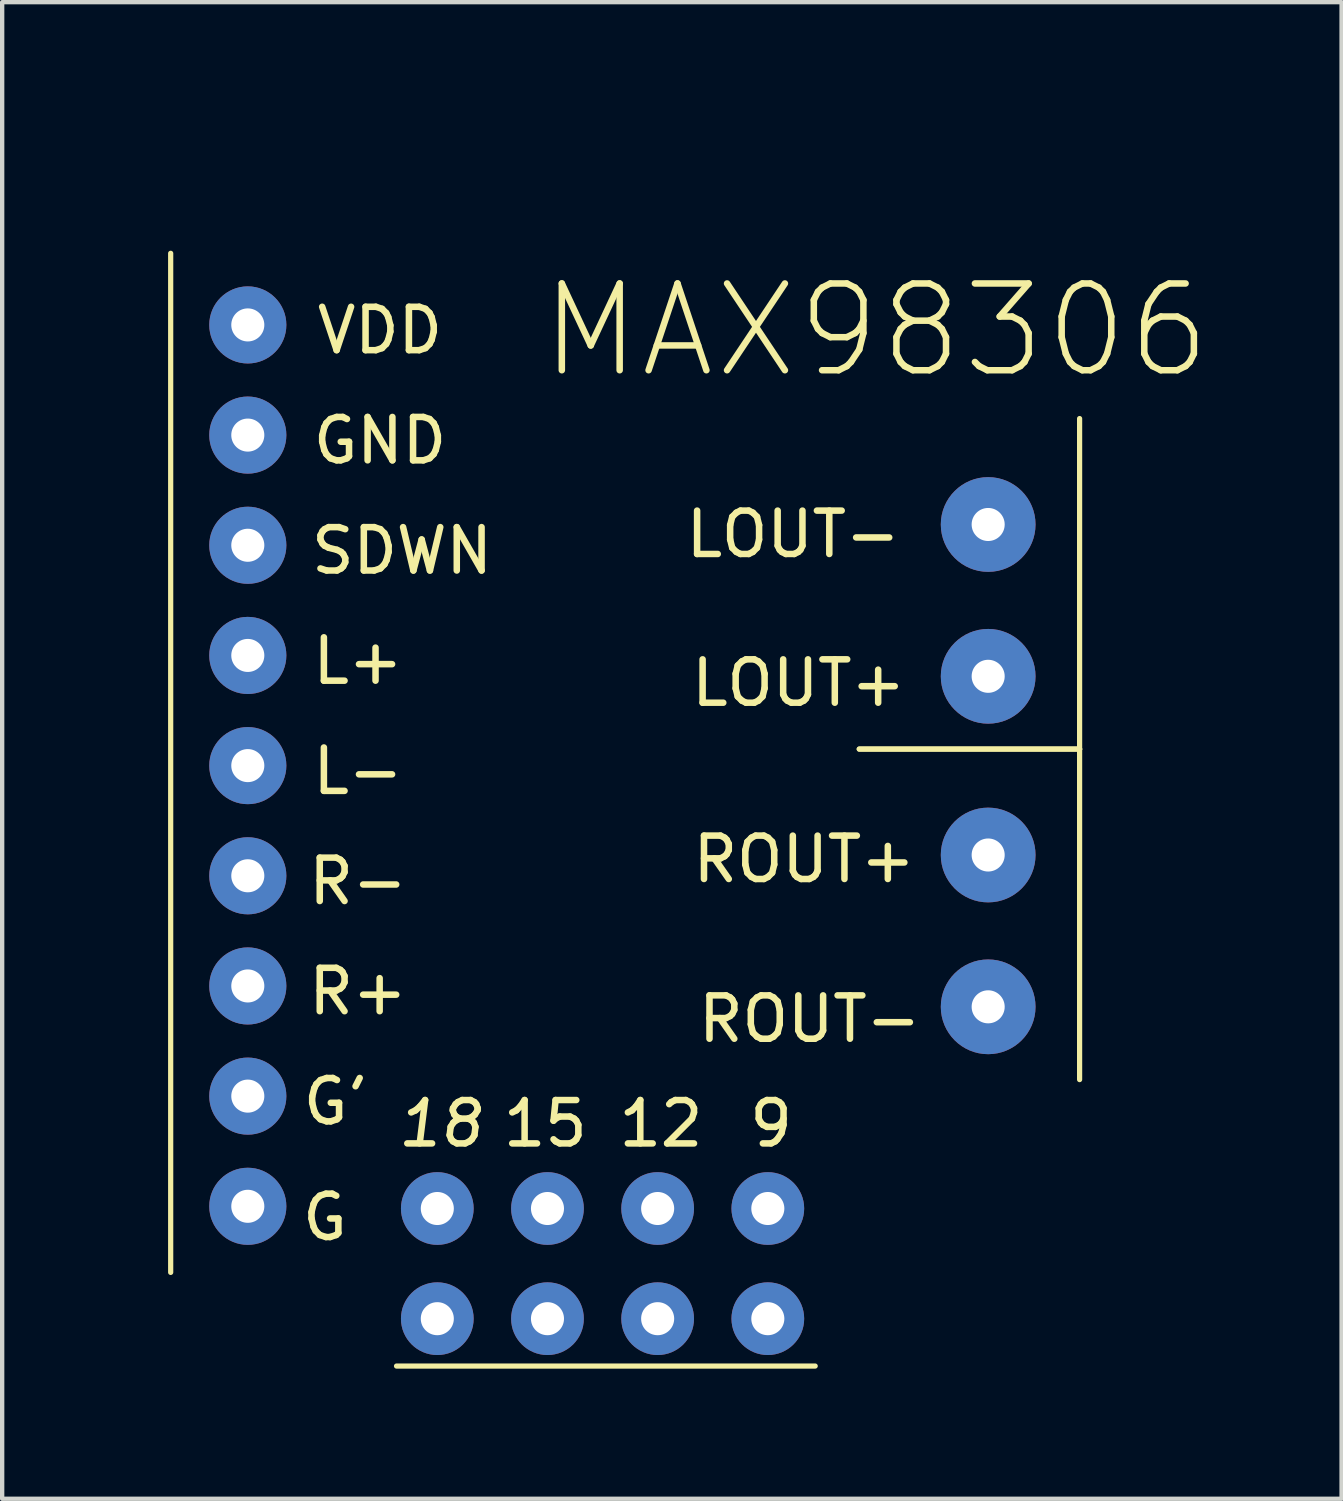
<source format=kicad_pcb>
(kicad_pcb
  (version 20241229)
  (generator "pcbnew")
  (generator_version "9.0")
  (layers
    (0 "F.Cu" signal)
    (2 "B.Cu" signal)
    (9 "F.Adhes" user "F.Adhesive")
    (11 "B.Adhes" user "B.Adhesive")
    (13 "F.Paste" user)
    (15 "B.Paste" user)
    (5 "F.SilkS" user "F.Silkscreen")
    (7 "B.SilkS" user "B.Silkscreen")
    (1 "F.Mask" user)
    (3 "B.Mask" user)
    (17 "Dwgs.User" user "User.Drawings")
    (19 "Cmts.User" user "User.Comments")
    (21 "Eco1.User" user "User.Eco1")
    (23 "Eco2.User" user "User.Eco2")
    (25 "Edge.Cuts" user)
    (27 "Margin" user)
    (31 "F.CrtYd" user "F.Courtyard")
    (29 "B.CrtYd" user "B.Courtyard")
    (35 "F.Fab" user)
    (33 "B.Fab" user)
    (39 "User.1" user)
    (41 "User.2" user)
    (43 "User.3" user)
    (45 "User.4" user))
  (footprint "MAX98306"
    (layer "F.Cu")
    (at 0.25 0.25)
    (property "Reference" "MAX98306" (at 16.891 4.318 180) (layer "F.SilkS") (effects (font (size 2 2) (thickness 0.15))))
    (attr through_hole)
    (fp_line (start 0.635 26.035) (end 0.635 2.54) (stroke (width 0.12) (type solid)) (layer "F.SilkS"))
    (fp_line (start 5.842 28.194) (end 15.494 28.194) (stroke (width 0.12) (type solid)) (layer "F.SilkS"))
    (fp_line (start 21.59 6.35) (end 21.59 13.97) (stroke (width 0.12) (type solid)) (layer "F.SilkS"))
    (fp_line (start 21.59 13.97) (end 16.51 13.97) (stroke (width 0.12) (type solid)) (layer "F.SilkS"))
    (fp_line (start 21.59 13.97) (end 16.51 13.97) (stroke (width 0.12) (type solid)) (layer "F.SilkS"))
    (fp_line (start 21.59 21.59) (end 21.59 13.97) (stroke (width 0.12) (type solid)) (layer "F.SilkS"))
    (fp_text user "12" (at 11.938 22.606 0) (layer "F.SilkS") (effects (font (size 1 1) (thickness 0.15))))
    (fp_text user "15" (at 9.271 22.606 0) (layer "F.SilkS") (effects (font (size 1 1) (thickness 0.15))))
    (fp_text user "LOUT-" (at 14.986 9.017 0) (layer "F.SilkS") (effects (font (size 1 1) (thickness 0.15))))
    (fp_text user "L-" (at 4.953 14.478 0) (layer "F.SilkS") (effects (font (size 1 1) (thickness 0.15))))
    (fp_text user "ROUT+" (at 15.24 16.51 0) (layer "F.SilkS") (effects (font (size 1 1) (thickness 0.15))))
    (fp_text user "L+" (at 4.953 11.938 0) (layer "F.SilkS") (effects (font (size 1 1) (thickness 0.15))))
    (fp_text user "R-" (at 4.953 17.018 0) (layer "F.SilkS") (effects (font (size 1 1) (thickness 0.15))))
    (fp_text user "9" (at 14.478 22.606 0) (layer "F.SilkS") (effects (font (size 1 1) (thickness 0.15))))
    (fp_text user "G" (at 4.191 24.765 0) (layer "F.SilkS") (effects (font (size 1 1) (thickness 0.15))))
    (fp_text user "LOUT+" (at 15.113 12.446 0) (layer "F.SilkS") (effects (font (size 1 1) (thickness 0.15))))
    (fp_text user "18" (at 6.858 22.606 0) (layer "F.SilkS") (effects (font (size 1 1) (thickness 0.15) (italic yes))))
    (fp_text user "G'" (at 4.445 22.098 0) (layer "F.SilkS") (effects (font (size 1 1) (thickness 0.15))))
    (fp_text user "SDWN" (at 5.969 9.398 0) (layer "F.SilkS") (effects (font (size 1 1) (thickness 0.15))))
    (fp_text user "VDD" (at 5.461 4.318 0) (layer "F.SilkS") (effects (font (size 1 1) (thickness 0.15))))
    (fp_text user "GND" (at 5.461 6.858 0) (layer "F.SilkS") (effects (font (size 1 1) (thickness 0.15))))
    (fp_text user "ROUT-" (at 15.367 20.193 0) (layer "F.SilkS") (effects (font (size 1 1) (thickness 0.15))))
    (fp_text user "R+" (at 4.953 19.558 0) (layer "F.SilkS") (effects (font (size 1 1) (thickness 0.15))))
    (pad "1" thru_hole circle (at 2.413 4.191) (size 1.778 1.778) (drill 0.762) (layers "*.Cu" "*.Mask"))
    (pad "2" thru_hole circle (at 2.413 6.731) (size 1.778 1.778) (drill 0.762) (layers "*.Cu" "*.Mask"))
    (pad "3" thru_hole circle (at 2.413 9.271) (size 1.778 1.778) (drill 0.762) (layers "*.Cu" "*.Mask"))
    (pad "4" thru_hole circle (at 2.413 11.811) (size 1.778 1.778) (drill 0.762) (layers "*.Cu" "*.Mask"))
    (pad "5" thru_hole circle (at 2.413 14.351 90) (size 1.778 1.778) (drill 0.762) (layers "*.Cu" "*.Mask"))
    (pad "6" thru_hole circle (at 2.413 16.891) (size 1.778 1.778) (drill 0.762) (layers "*.Cu" "*.Mask"))
    (pad "7" thru_hole circle (at 2.413 19.431) (size 1.778 1.778) (drill 0.762) (layers "*.Cu" "*.Mask"))
    (pad "8" thru_hole circle (at 2.413 21.971) (size 1.778 1.778) (drill 0.762) (layers "*.Cu" "*.Mask"))
    (pad "9" thru_hole circle (at 2.413 24.511) (size 1.778 1.778) (drill 0.762) (layers "*.Cu" "*.Mask"))
    (pad "10" thru_hole circle (at 19.482 8.792) (size 2.184 2.184) (drill 0.762) (layers "*.Cu" "*.Mask"))
    (pad "11" thru_hole circle (at 19.482 12.292) (size 2.184 2.184) (drill 0.762) (layers "*.Cu" "*.Mask"))
    (pad "12" thru_hole circle (at 19.482 16.412) (size 2.184 2.184) (drill 0.762) (layers "*.Cu" "*.Mask"))
    (pad "13" thru_hole circle (at 19.482 19.912) (size 2.184 2.184) (drill 0.762) (layers "*.Cu" "*.Mask"))
    (pad "14" thru_hole circle (at 6.782 24.562) (size 1.676 1.676) (drill 0.762) (layers "*.Cu" "*.Mask"))
    (pad "15" thru_hole circle (at 6.782 27.102) (size 1.676 1.676) (drill 0.762) (layers "*.Cu" "*.Mask"))
    (pad "16" thru_hole circle (at 9.322 24.562) (size 1.676 1.676) (drill 0.762) (layers "*.Cu" "*.Mask"))
    (pad "17" thru_hole circle (at 9.322 27.102) (size 1.676 1.676) (drill 0.762) (layers "*.Cu" "*.Mask"))
    (pad "18" thru_hole circle (at 11.862 24.562) (size 1.676 1.676) (drill 0.762) (layers "*.Cu" "*.Mask"))
    (pad "19" thru_hole circle (at 11.862 27.102) (size 1.676 1.676) (drill 0.762) (layers "*.Cu" "*.Mask"))
    (pad "20" thru_hole circle (at 14.402 24.562) (size 1.676 1.676) (drill 0.762) (layers "*.Cu" "*.Mask"))
    (pad "21" thru_hole circle (at 14.402 27.102) (size 1.676 1.676) (drill 0.762) (layers "*.Cu" "*.Mask")))
  (gr_rect
    (start -3 -3)
    (end 27.88 31.504)
    (stroke (width 0.1) (type default))
    (fill no)
    (layer "Edge.Cuts")))
</source>
